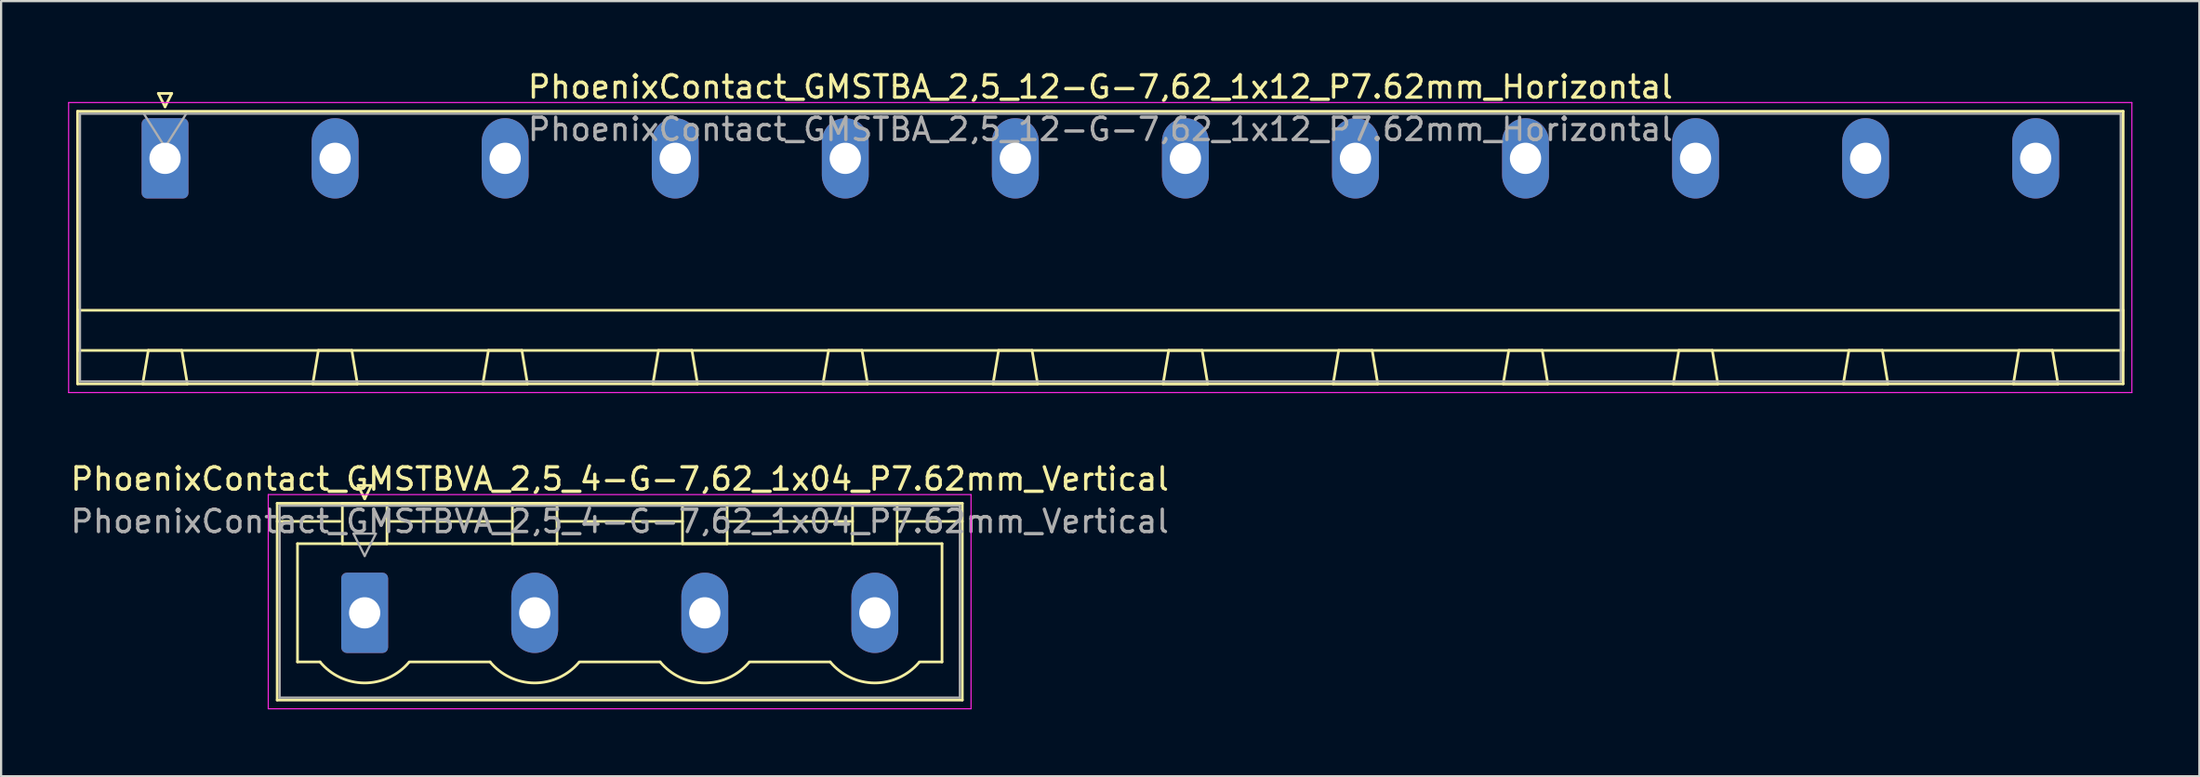
<source format=kicad_pcb>
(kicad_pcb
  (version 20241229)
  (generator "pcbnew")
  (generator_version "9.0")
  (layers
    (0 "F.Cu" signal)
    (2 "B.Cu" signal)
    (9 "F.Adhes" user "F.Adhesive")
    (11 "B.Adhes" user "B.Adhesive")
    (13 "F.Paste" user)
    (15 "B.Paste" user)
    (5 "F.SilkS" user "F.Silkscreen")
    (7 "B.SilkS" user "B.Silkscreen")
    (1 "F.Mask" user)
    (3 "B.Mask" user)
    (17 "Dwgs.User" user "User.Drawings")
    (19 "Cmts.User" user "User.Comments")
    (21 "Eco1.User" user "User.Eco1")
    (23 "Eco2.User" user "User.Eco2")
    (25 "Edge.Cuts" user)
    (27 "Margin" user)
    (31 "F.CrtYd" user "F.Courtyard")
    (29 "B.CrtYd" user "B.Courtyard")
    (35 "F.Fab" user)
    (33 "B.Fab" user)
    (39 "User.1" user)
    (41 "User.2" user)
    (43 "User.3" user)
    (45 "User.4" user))
  (footprint "PhoenixContact_GMSTBVA_2,5_4-G-7,62_1x04_P7.62mm_Vertical"
    (layer "F.Cu")
    (at 13.29 24.422)
    (property "Reference" "PhoenixContact_GMSTBVA_2,5_4-G-7,62_1x04_P7.62mm_Vertical" (at 11.43 -6 0) (layer "F.SilkS") (effects (font (size 1 1) (thickness 0.15))))
    (attr through_hole)
    (fp_line (start -3.92 -4.91) (end -3.92 3.91) (stroke (width 0.12) (type solid)) (layer "F.SilkS"))
    (fp_line (start -3.92 -4.1) (end -1.11 -4.1) (stroke (width 0.12) (type solid)) (layer "F.SilkS"))
    (fp_line (start -3.92 3.91) (end 26.78 3.91) (stroke (width 0.12) (type solid)) (layer "F.SilkS"))
    (fp_line (start -3.01 -3.1) (end 25.87 -3.1) (stroke (width 0.12) (type solid)) (layer "F.SilkS"))
    (fp_line (start -3.01 2.2) (end -3.01 -3.1) (stroke (width 0.12) (type solid)) (layer "F.SilkS"))
    (fp_line (start -2 2.2) (end -3.01 2.2) (stroke (width 0.12) (type solid)) (layer "F.SilkS"))
    (fp_line (start -1 -4.91) (end 1 -4.91) (stroke (width 0.12) (type solid)) (layer "F.SilkS"))
    (fp_line (start -1 -3.1) (end -1 -4.91) (stroke (width 0.12) (type solid)) (layer "F.SilkS"))
    (fp_line (start -0.3 -5.71) (end 0.3 -5.71) (stroke (width 0.12) (type solid)) (layer "F.SilkS"))
    (fp_line (start 0 -5.11) (end -0.3 -5.71) (stroke (width 0.12) (type solid)) (layer "F.SilkS"))
    (fp_line (start 0.3 -5.71) (end 0 -5.11) (stroke (width 0.12) (type solid)) (layer "F.SilkS"))
    (fp_line (start 1 -4.91) (end 1 -3.1) (stroke (width 0.12) (type solid)) (layer "F.SilkS"))
    (fp_line (start 1 -4.1) (end 6.62 -4.1) (stroke (width 0.12) (type solid)) (layer "F.SilkS"))
    (fp_line (start 1 -3.1) (end -1 -3.1) (stroke (width 0.12) (type solid)) (layer "F.SilkS"))
    (fp_line (start 2 2.2) (end 5.62 2.2) (stroke (width 0.12) (type solid)) (layer "F.SilkS"))
    (fp_line (start 6.62 -4.91) (end 8.62 -4.91) (stroke (width 0.12) (type solid)) (layer "F.SilkS"))
    (fp_line (start 6.62 -3.1) (end 6.62 -4.91) (stroke (width 0.12) (type solid)) (layer "F.SilkS"))
    (fp_line (start 8.62 -4.91) (end 8.62 -3.1) (stroke (width 0.12) (type solid)) (layer "F.SilkS"))
    (fp_line (start 8.62 -4.1) (end 14.24 -4.1) (stroke (width 0.12) (type solid)) (layer "F.SilkS"))
    (fp_line (start 8.62 -3.1) (end 6.62 -3.1) (stroke (width 0.12) (type solid)) (layer "F.SilkS"))
    (fp_line (start 9.62 2.2) (end 13.24 2.2) (stroke (width 0.12) (type solid)) (layer "F.SilkS"))
    (fp_line (start 14.24 -4.91) (end 16.24 -4.91) (stroke (width 0.12) (type solid)) (layer "F.SilkS"))
    (fp_line (start 14.24 -3.1) (end 14.24 -4.91) (stroke (width 0.12) (type solid)) (layer "F.SilkS"))
    (fp_line (start 16.24 -4.91) (end 16.24 -3.1) (stroke (width 0.12) (type solid)) (layer "F.SilkS"))
    (fp_line (start 16.24 -4.1) (end 21.86 -4.1) (stroke (width 0.12) (type solid)) (layer "F.SilkS"))
    (fp_line (start 16.24 -3.1) (end 14.24 -3.1) (stroke (width 0.12) (type solid)) (layer "F.SilkS"))
    (fp_line (start 17.24 2.2) (end 20.86 2.2) (stroke (width 0.12) (type solid)) (layer "F.SilkS"))
    (fp_line (start 21.86 -4.91) (end 23.86 -4.91) (stroke (width 0.12) (type solid)) (layer "F.SilkS"))
    (fp_line (start 21.86 -3.1) (end 21.86 -4.91) (stroke (width 0.12) (type solid)) (layer "F.SilkS"))
    (fp_line (start 23.86 -4.91) (end 23.86 -3.1) (stroke (width 0.12) (type solid)) (layer "F.SilkS"))
    (fp_line (start 23.86 -3.1) (end 21.86 -3.1) (stroke (width 0.12) (type solid)) (layer "F.SilkS"))
    (fp_line (start 25.87 -3.1) (end 25.87 2.2) (stroke (width 0.12) (type solid)) (layer "F.SilkS"))
    (fp_line (start 25.87 2.2) (end 24.86 2.2) (stroke (width 0.12) (type solid)) (layer "F.SilkS"))
    (fp_line (start 26.78 -4.91) (end -3.92 -4.91) (stroke (width 0.12) (type solid)) (layer "F.SilkS"))
    (fp_line (start 26.78 -4.1) (end 23.97 -4.1) (stroke (width 0.12) (type solid)) (layer "F.SilkS"))
    (fp_line (start 26.78 3.91) (end 26.78 -4.91) (stroke (width 0.12) (type solid)) (layer "F.SilkS"))
    (fp_arc (start 1.986842 2.215821) (mid -0.010289 3.142758) (end -2 2.2) (stroke (width 0.12) (type solid)) (layer "F.SilkS"))
    (fp_arc (start 9.606842 2.215821) (mid 7.609711 3.142758) (end 5.62 2.2) (stroke (width 0.12) (type solid)) (layer "F.SilkS"))
    (fp_arc (start 17.226842 2.215821) (mid 15.229711 3.142758) (end 13.24 2.2) (stroke (width 0.12) (type solid)) (layer "F.SilkS"))
    (fp_arc (start 24.846842 2.215821) (mid 22.849711 3.142758) (end 20.86 2.2) (stroke (width 0.12) (type solid)) (layer "F.SilkS"))
    (fp_line (start -4.32 -5.3) (end -4.32 4.3) (stroke (width 0.05) (type solid)) (layer "F.CrtYd"))
    (fp_line (start -4.32 4.3) (end 27.17 4.3) (stroke (width 0.05) (type solid)) (layer "F.CrtYd"))
    (fp_line (start 27.17 -5.3) (end -4.32 -5.3) (stroke (width 0.05) (type solid)) (layer "F.CrtYd"))
    (fp_line (start 27.17 4.3) (end 27.17 -5.3) (stroke (width 0.05) (type solid)) (layer "F.CrtYd"))
    (fp_line (start -3.81 -4.8) (end -3.81 3.8) (stroke (width 0.1) (type solid)) (layer "F.Fab"))
    (fp_line (start -3.81 3.8) (end 26.67 3.8) (stroke (width 0.1) (type solid)) (layer "F.Fab"))
    (fp_line (start -0.5 -3.55) (end 0.5 -3.55) (stroke (width 0.1) (type solid)) (layer "F.Fab"))
    (fp_line (start 0 -2.55) (end -0.5 -3.55) (stroke (width 0.1) (type solid)) (layer "F.Fab"))
    (fp_line (start 0.5 -3.55) (end 0 -2.55) (stroke (width 0.1) (type solid)) (layer "F.Fab"))
    (fp_line (start 26.67 -4.8) (end -3.81 -4.8) (stroke (width 0.1) (type solid)) (layer "F.Fab"))
    (fp_line (start 26.67 3.8) (end 26.67 -4.8) (stroke (width 0.1) (type solid)) (layer "F.Fab"))
    (fp_text user "${REFERENCE}" (at 11.43 -4.1 0) (layer "F.Fab") (effects (font (size 1 1) (thickness 0.15))))
    (pad "1" thru_hole roundrect (at 0 0) (size 2.1 3.6) (drill 1.4) (layers "*.Cu" "*.Mask") (roundrect_rratio 0.119))
    (pad "2" thru_hole oval (at 7.62 0) (size 2.1 3.6) (drill 1.4) (layers "*.Cu" "*.Mask"))
    (pad "3" thru_hole oval (at 15.24 0) (size 2.1 3.6) (drill 1.4) (layers "*.Cu" "*.Mask"))
    (pad "4" thru_hole oval (at 22.86 0) (size 2.1 3.6) (drill 1.4) (layers "*.Cu" "*.Mask")))
  (footprint "PhoenixContact_GMSTBA_2,5_12-G-7,62_1x12_P7.62mm_Horizontal"
    (layer "F.Cu")
    (at 4.345 4.048)
    (property "Reference" "PhoenixContact_GMSTBA_2,5_12-G-7,62_1x12_P7.62mm_Horizontal" (at 41.91 -3.2 0) (layer "F.SilkS") (effects (font (size 1 1) (thickness 0.15))))
    (attr through_hole)
    (fp_line (start -3.92 -2.11) (end -3.92 10.11) (stroke (width 0.12) (type solid)) (layer "F.SilkS"))
    (fp_line (start -3.92 6.81) (end 87.74 6.81) (stroke (width 0.12) (type solid)) (layer "F.SilkS"))
    (fp_line (start -3.92 8.61) (end -3.92 6.81) (stroke (width 0.12) (type solid)) (layer "F.SilkS"))
    (fp_line (start -3.92 10.11) (end 87.74 10.11) (stroke (width 0.12) (type solid)) (layer "F.SilkS"))
    (fp_line (start -1 10.11) (end 1 10.11) (stroke (width 0.12) (type solid)) (layer "F.SilkS"))
    (fp_line (start -0.75 8.61) (end -1 10.11) (stroke (width 0.12) (type solid)) (layer "F.SilkS"))
    (fp_line (start -0.3 -2.91) (end 0.3 -2.91) (stroke (width 0.12) (type solid)) (layer "F.SilkS"))
    (fp_line (start 0 -2.31) (end -0.3 -2.91) (stroke (width 0.12) (type solid)) (layer "F.SilkS"))
    (fp_line (start 0.3 -2.91) (end 0 -2.31) (stroke (width 0.12) (type solid)) (layer "F.SilkS"))
    (fp_line (start 0.75 8.61) (end -0.75 8.61) (stroke (width 0.12) (type solid)) (layer "F.SilkS"))
    (fp_line (start 1 10.11) (end 0.75 8.61) (stroke (width 0.12) (type solid)) (layer "F.SilkS"))
    (fp_line (start 6.62 10.11) (end 8.62 10.11) (stroke (width 0.12) (type solid)) (layer "F.SilkS"))
    (fp_line (start 6.87 8.61) (end 6.62 10.11) (stroke (width 0.12) (type solid)) (layer "F.SilkS"))
    (fp_line (start 8.37 8.61) (end 6.87 8.61) (stroke (width 0.12) (type solid)) (layer "F.SilkS"))
    (fp_line (start 8.62 10.11) (end 8.37 8.61) (stroke (width 0.12) (type solid)) (layer "F.SilkS"))
    (fp_line (start 14.24 10.11) (end 16.24 10.11) (stroke (width 0.12) (type solid)) (layer "F.SilkS"))
    (fp_line (start 14.49 8.61) (end 14.24 10.11) (stroke (width 0.12) (type solid)) (layer "F.SilkS"))
    (fp_line (start 15.99 8.61) (end 14.49 8.61) (stroke (width 0.12) (type solid)) (layer "F.SilkS"))
    (fp_line (start 16.24 10.11) (end 15.99 8.61) (stroke (width 0.12) (type solid)) (layer "F.SilkS"))
    (fp_line (start 21.86 10.11) (end 23.86 10.11) (stroke (width 0.12) (type solid)) (layer "F.SilkS"))
    (fp_line (start 22.11 8.61) (end 21.86 10.11) (stroke (width 0.12) (type solid)) (layer "F.SilkS"))
    (fp_line (start 23.61 8.61) (end 22.11 8.61) (stroke (width 0.12) (type solid)) (layer "F.SilkS"))
    (fp_line (start 23.86 10.11) (end 23.61 8.61) (stroke (width 0.12) (type solid)) (layer "F.SilkS"))
    (fp_line (start 29.48 10.11) (end 31.48 10.11) (stroke (width 0.12) (type solid)) (layer "F.SilkS"))
    (fp_line (start 29.73 8.61) (end 29.48 10.11) (stroke (width 0.12) (type solid)) (layer "F.SilkS"))
    (fp_line (start 31.23 8.61) (end 29.73 8.61) (stroke (width 0.12) (type solid)) (layer "F.SilkS"))
    (fp_line (start 31.48 10.11) (end 31.23 8.61) (stroke (width 0.12) (type solid)) (layer "F.SilkS"))
    (fp_line (start 37.1 10.11) (end 39.1 10.11) (stroke (width 0.12) (type solid)) (layer "F.SilkS"))
    (fp_line (start 37.35 8.61) (end 37.1 10.11) (stroke (width 0.12) (type solid)) (layer "F.SilkS"))
    (fp_line (start 38.85 8.61) (end 37.35 8.61) (stroke (width 0.12) (type solid)) (layer "F.SilkS"))
    (fp_line (start 39.1 10.11) (end 38.85 8.61) (stroke (width 0.12) (type solid)) (layer "F.SilkS"))
    (fp_line (start 44.72 10.11) (end 46.72 10.11) (stroke (width 0.12) (type solid)) (layer "F.SilkS"))
    (fp_line (start 44.97 8.61) (end 44.72 10.11) (stroke (width 0.12) (type solid)) (layer "F.SilkS"))
    (fp_line (start 46.47 8.61) (end 44.97 8.61) (stroke (width 0.12) (type solid)) (layer "F.SilkS"))
    (fp_line (start 46.72 10.11) (end 46.47 8.61) (stroke (width 0.12) (type solid)) (layer "F.SilkS"))
    (fp_line (start 52.34 10.11) (end 54.34 10.11) (stroke (width 0.12) (type solid)) (layer "F.SilkS"))
    (fp_line (start 52.59 8.61) (end 52.34 10.11) (stroke (width 0.12) (type solid)) (layer "F.SilkS"))
    (fp_line (start 54.09 8.61) (end 52.59 8.61) (stroke (width 0.12) (type solid)) (layer "F.SilkS"))
    (fp_line (start 54.34 10.11) (end 54.09 8.61) (stroke (width 0.12) (type solid)) (layer "F.SilkS"))
    (fp_line (start 59.96 10.11) (end 61.96 10.11) (stroke (width 0.12) (type solid)) (layer "F.SilkS"))
    (fp_line (start 60.21 8.61) (end 59.96 10.11) (stroke (width 0.12) (type solid)) (layer "F.SilkS"))
    (fp_line (start 61.71 8.61) (end 60.21 8.61) (stroke (width 0.12) (type solid)) (layer "F.SilkS"))
    (fp_line (start 61.96 10.11) (end 61.71 8.61) (stroke (width 0.12) (type solid)) (layer "F.SilkS"))
    (fp_line (start 67.58 10.11) (end 69.58 10.11) (stroke (width 0.12) (type solid)) (layer "F.SilkS"))
    (fp_line (start 67.83 8.61) (end 67.58 10.11) (stroke (width 0.12) (type solid)) (layer "F.SilkS"))
    (fp_line (start 69.33 8.61) (end 67.83 8.61) (stroke (width 0.12) (type solid)) (layer "F.SilkS"))
    (fp_line (start 69.58 10.11) (end 69.33 8.61) (stroke (width 0.12) (type solid)) (layer "F.SilkS"))
    (fp_line (start 75.2 10.11) (end 77.2 10.11) (stroke (width 0.12) (type solid)) (layer "F.SilkS"))
    (fp_line (start 75.45 8.61) (end 75.2 10.11) (stroke (width 0.12) (type solid)) (layer "F.SilkS"))
    (fp_line (start 76.95 8.61) (end 75.45 8.61) (stroke (width 0.12) (type solid)) (layer "F.SilkS"))
    (fp_line (start 77.2 10.11) (end 76.95 8.61) (stroke (width 0.12) (type solid)) (layer "F.SilkS"))
    (fp_line (start 82.82 10.11) (end 84.82 10.11) (stroke (width 0.12) (type solid)) (layer "F.SilkS"))
    (fp_line (start 83.07 8.61) (end 82.82 10.11) (stroke (width 0.12) (type solid)) (layer "F.SilkS"))
    (fp_line (start 84.57 8.61) (end 83.07 8.61) (stroke (width 0.12) (type solid)) (layer "F.SilkS"))
    (fp_line (start 84.82 10.11) (end 84.57 8.61) (stroke (width 0.12) (type solid)) (layer "F.SilkS"))
    (fp_line (start 87.74 -2.11) (end -3.92 -2.11) (stroke (width 0.12) (type solid)) (layer "F.SilkS"))
    (fp_line (start 87.74 6.81) (end 87.74 8.61) (stroke (width 0.12) (type solid)) (layer "F.SilkS"))
    (fp_line (start 87.74 8.61) (end -3.92 8.61) (stroke (width 0.12) (type solid)) (layer "F.SilkS"))
    (fp_line (start 87.74 10.11) (end 87.74 -2.11) (stroke (width 0.12) (type solid)) (layer "F.SilkS"))
    (fp_line (start -4.32 -2.5) (end -4.32 10.5) (stroke (width 0.05) (type solid)) (layer "F.CrtYd"))
    (fp_line (start -4.32 10.5) (end 88.13 10.5) (stroke (width 0.05) (type solid)) (layer "F.CrtYd"))
    (fp_line (start 88.13 -2.5) (end -4.32 -2.5) (stroke (width 0.05) (type solid)) (layer "F.CrtYd"))
    (fp_line (start 88.13 10.5) (end 88.13 -2.5) (stroke (width 0.05) (type solid)) (layer "F.CrtYd"))
    (fp_line (start -3.81 -2) (end -3.81 10) (stroke (width 0.1) (type solid)) (layer "F.Fab"))
    (fp_line (start -3.81 10) (end 87.63 10) (stroke (width 0.1) (type solid)) (layer "F.Fab"))
    (fp_line (start 0 -0.5) (end -0.95 -2) (stroke (width 0.1) (type solid)) (layer "F.Fab"))
    (fp_line (start 0.95 -2) (end 0 -0.5) (stroke (width 0.1) (type solid)) (layer "F.Fab"))
    (fp_line (start 87.63 -2) (end -3.81 -2) (stroke (width 0.1) (type solid)) (layer "F.Fab"))
    (fp_line (start 87.63 10) (end 87.63 -2) (stroke (width 0.1) (type solid)) (layer "F.Fab"))
    (fp_text user "${REFERENCE}" (at 41.91 -1.3 0) (layer "F.Fab") (effects (font (size 1 1) (thickness 0.15))))
    (pad "1" thru_hole roundrect (at 0 0) (size 2.1 3.6) (drill 1.4) (layers "*.Cu" "*.Mask") (roundrect_rratio 0.119))
    (pad "2" thru_hole oval (at 7.62 0) (size 2.1 3.6) (drill 1.4) (layers "*.Cu" "*.Mask"))
    (pad "3" thru_hole oval (at 15.24 0) (size 2.1 3.6) (drill 1.4) (layers "*.Cu" "*.Mask"))
    (pad "4" thru_hole oval (at 22.86 0) (size 2.1 3.6) (drill 1.4) (layers "*.Cu" "*.Mask"))
    (pad "5" thru_hole oval (at 30.48 0) (size 2.1 3.6) (drill 1.4) (layers "*.Cu" "*.Mask"))
    (pad "6" thru_hole oval (at 38.1 0) (size 2.1 3.6) (drill 1.4) (layers "*.Cu" "*.Mask"))
    (pad "7" thru_hole oval (at 45.72 0) (size 2.1 3.6) (drill 1.4) (layers "*.Cu" "*.Mask"))
    (pad "8" thru_hole oval (at 53.34 0) (size 2.1 3.6) (drill 1.4) (layers "*.Cu" "*.Mask"))
    (pad "9" thru_hole oval (at 60.96 0) (size 2.1 3.6) (drill 1.4) (layers "*.Cu" "*.Mask"))
    (pad "10" thru_hole oval (at 68.58 0) (size 2.1 3.6) (drill 1.4) (layers "*.Cu" "*.Mask"))
    (pad "11" thru_hole oval (at 76.2 0) (size 2.1 3.6) (drill 1.4) (layers "*.Cu" "*.Mask"))
    (pad "12" thru_hole oval (at 83.82 0) (size 2.1 3.6) (drill 1.4) (layers "*.Cu" "*.Mask")))
  (gr_rect
    (start -3 -3)
    (end 95.5 31.747)
    (stroke (width 0.1) (type default))
    (fill no)
    (layer "Edge.Cuts")))
</source>
